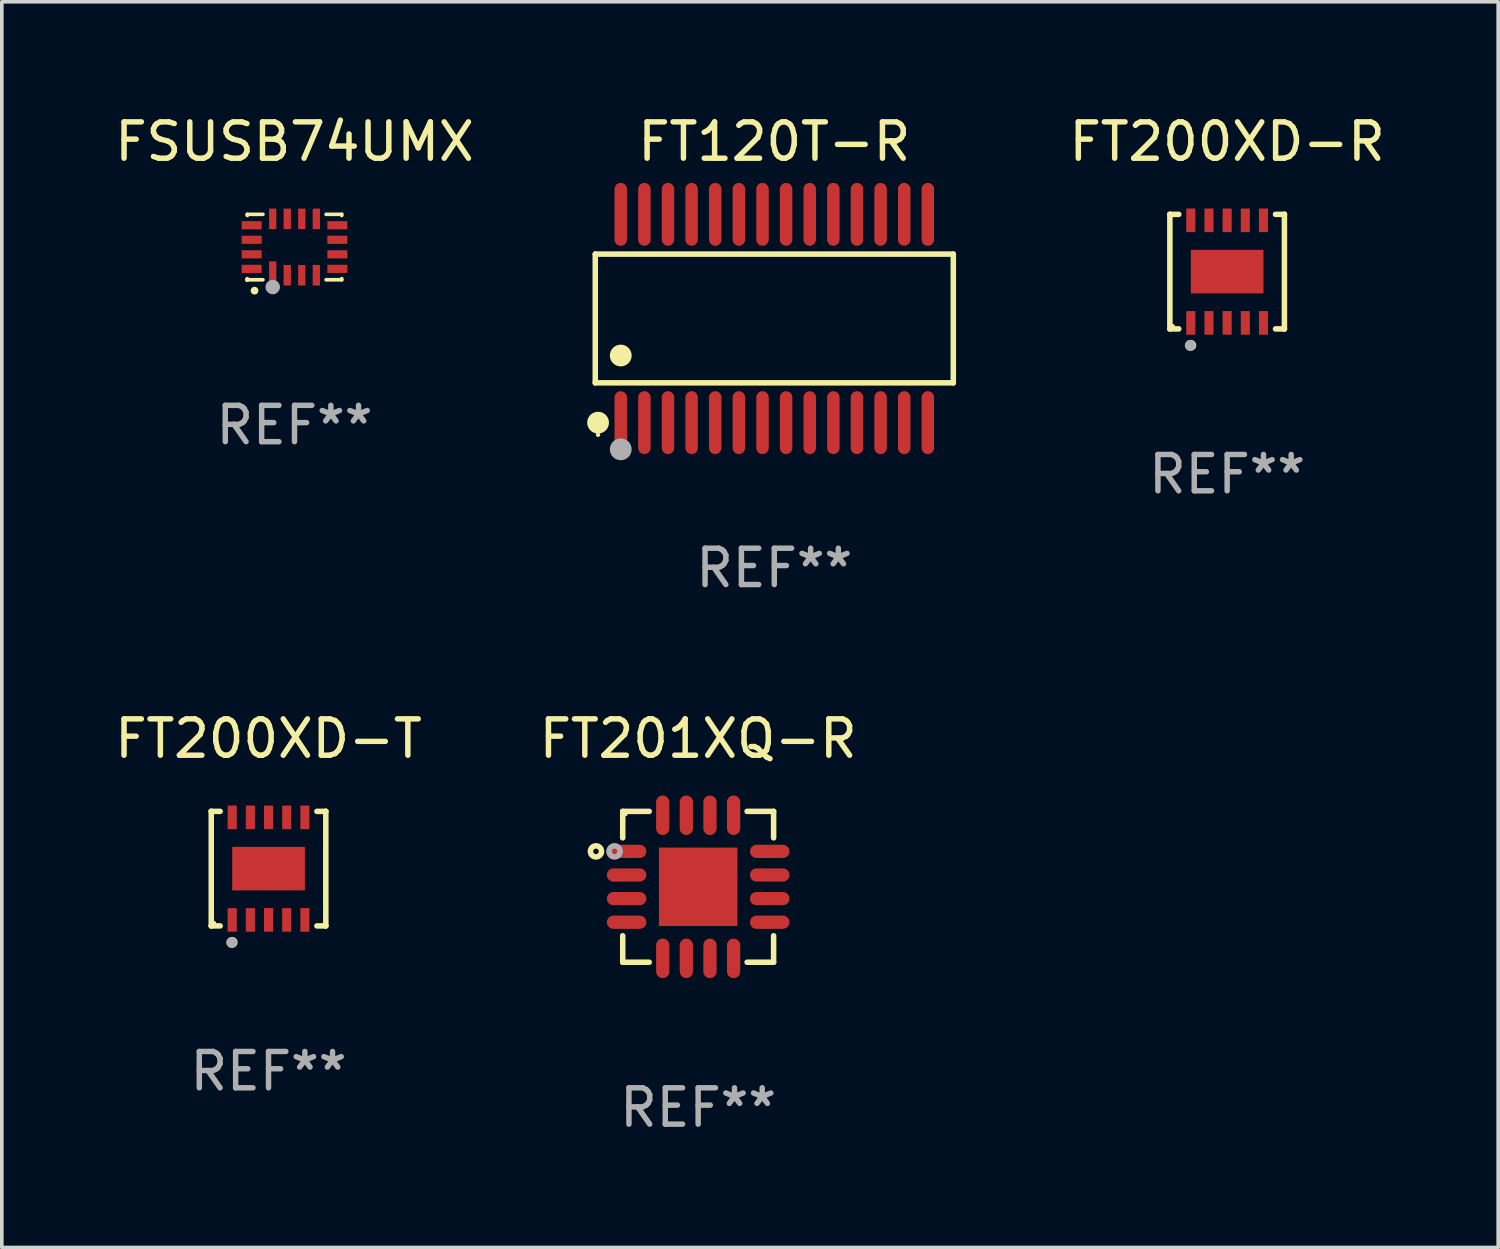
<source format=kicad_pcb>
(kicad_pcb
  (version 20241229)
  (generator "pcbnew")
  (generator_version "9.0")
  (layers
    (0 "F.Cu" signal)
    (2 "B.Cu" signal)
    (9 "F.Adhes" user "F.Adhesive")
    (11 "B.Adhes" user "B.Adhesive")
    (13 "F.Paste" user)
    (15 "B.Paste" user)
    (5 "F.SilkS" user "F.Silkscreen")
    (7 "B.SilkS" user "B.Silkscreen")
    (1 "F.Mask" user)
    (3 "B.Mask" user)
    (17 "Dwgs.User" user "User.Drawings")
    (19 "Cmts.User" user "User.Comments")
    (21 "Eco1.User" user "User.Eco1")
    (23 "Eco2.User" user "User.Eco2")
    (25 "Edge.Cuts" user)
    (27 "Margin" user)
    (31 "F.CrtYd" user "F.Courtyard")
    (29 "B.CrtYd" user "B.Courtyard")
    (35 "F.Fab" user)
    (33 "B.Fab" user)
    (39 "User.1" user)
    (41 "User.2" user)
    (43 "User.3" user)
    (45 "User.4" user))
  (footprint "FT200XD-T"
    (layer "F.Cu")
    (at 4.339 20.852)
    (property "Reference" "FT200XD-T" (at 0 -3.576 0) (layer "F.SilkS") (effects (font (size 1 1) (thickness 0.15))))
    (attr through_hole)
    (fp_line (start -1.576 -1.576) (end -1.576 -1.576) (stroke (width 0.152) (type solid)) (layer "F.SilkS"))
    (fp_line (start -1.576 -1.576) (end -1.331 -1.576) (stroke (width 0.152) (type solid)) (layer "F.SilkS"))
    (fp_line (start -1.576 1.576) (end -1.576 -1.576) (stroke (width 0.152) (type solid)) (layer "F.SilkS"))
    (fp_line (start -1.576 1.576) (end -1.576 1.576) (stroke (width 0.152) (type solid)) (layer "F.SilkS"))
    (fp_line (start -1.331 1.576) (end -1.576 1.576) (stroke (width 0.152) (type solid)) (layer "F.SilkS"))
    (fp_line (start 1.331 1.576) (end 1.576 1.576) (stroke (width 0.152) (type solid)) (layer "F.SilkS"))
    (fp_line (start 1.576 -1.576) (end 1.331 -1.576) (stroke (width 0.152) (type solid)) (layer "F.SilkS"))
    (fp_line (start 1.576 -1.576) (end 1.576 -1.576) (stroke (width 0.152) (type solid)) (layer "F.SilkS"))
    (fp_line (start 1.576 1.576) (end 1.576 -1.576) (stroke (width 0.152) (type solid)) (layer "F.SilkS"))
    (fp_line (start 1.576 1.576) (end 1.576 1.576) (stroke (width 0.152) (type solid)) (layer "F.SilkS"))
    (fp_circle (center -1.5 1.5) (end -1.47 1.5) (stroke (width 0.06) (type solid)) (fill no) (layer "F.SilkS"))
    (fp_circle (center -1 2.028) (end -0.925 2.028) (stroke (width 0.15) (type solid)) (fill no) (layer "F.SilkS"))
    (fp_circle (center -1.016 2.032) (end -0.941 2.032) (stroke (width 0.15) (type solid)) (fill no) (layer "F.Fab"))
    (fp_text user "REF**" (at 0 5.576 0) (layer "F.Fab") (effects (font (size 1 1) (thickness 0.15))))
    (pad "1" smd rect (at -1 1.411) (size 0.25 0.65) (layers "F.Cu" "F.Mask" "F.Paste"))
    (pad "2" smd rect (at -0.5 1.411) (size 0.25 0.65) (layers "F.Cu" "F.Mask" "F.Paste"))
    (pad "3" smd rect (at 0 1.411) (size 0.25 0.65) (layers "F.Cu" "F.Mask" "F.Paste"))
    (pad "4" smd rect (at 0.5 1.411) (size 0.25 0.65) (layers "F.Cu" "F.Mask" "F.Paste"))
    (pad "5" smd rect (at 1 1.411) (size 0.25 0.65) (layers "F.Cu" "F.Mask" "F.Paste"))
    (pad "6" smd rect (at 1 -1.411) (size 0.25 0.65) (layers "F.Cu" "F.Mask" "F.Paste"))
    (pad "7" smd rect (at 0.5 -1.411) (size 0.25 0.65) (layers "F.Cu" "F.Mask" "F.Paste"))
    (pad "8" smd rect (at 0 -1.411) (size 0.25 0.65) (layers "F.Cu" "F.Mask" "F.Paste"))
    (pad "9" smd rect (at -0.5 -1.411) (size 0.25 0.65) (layers "F.Cu" "F.Mask" "F.Paste"))
    (pad "10" smd rect (at -1 -1.411) (size 0.25 0.65) (layers "F.Cu" "F.Mask" "F.Paste"))
    (pad "11" smd rect (at 0 0) (size 2 1.2) (layers "F.Cu" "F.Mask" "F.Paste")))
  (footprint "FT200XD-R"
    (layer "F.Cu")
    (at 30.717 4.424)
    (property "Reference" "FT200XD-R" (at 0 -3.576 0) (layer "F.SilkS") (effects (font (size 1 1) (thickness 0.15))))
    (attr through_hole)
    (fp_line (start -1.576 -1.576) (end -1.576 -1.576) (stroke (width 0.152) (type solid)) (layer "F.SilkS"))
    (fp_line (start -1.576 -1.576) (end -1.331 -1.576) (stroke (width 0.152) (type solid)) (layer "F.SilkS"))
    (fp_line (start -1.576 1.576) (end -1.576 -1.576) (stroke (width 0.152) (type solid)) (layer "F.SilkS"))
    (fp_line (start -1.576 1.576) (end -1.576 1.576) (stroke (width 0.152) (type solid)) (layer "F.SilkS"))
    (fp_line (start -1.331 1.576) (end -1.576 1.576) (stroke (width 0.152) (type solid)) (layer "F.SilkS"))
    (fp_line (start 1.331 1.576) (end 1.576 1.576) (stroke (width 0.152) (type solid)) (layer "F.SilkS"))
    (fp_line (start 1.576 -1.576) (end 1.331 -1.576) (stroke (width 0.152) (type solid)) (layer "F.SilkS"))
    (fp_line (start 1.576 -1.576) (end 1.576 -1.576) (stroke (width 0.152) (type solid)) (layer "F.SilkS"))
    (fp_line (start 1.576 1.576) (end 1.576 -1.576) (stroke (width 0.152) (type solid)) (layer "F.SilkS"))
    (fp_line (start 1.576 1.576) (end 1.576 1.576) (stroke (width 0.152) (type solid)) (layer "F.SilkS"))
    (fp_circle (center -1.5 1.5) (end -1.47 1.5) (stroke (width 0.06) (type solid)) (fill no) (layer "F.SilkS"))
    (fp_circle (center -1 2.028) (end -0.925 2.028) (stroke (width 0.15) (type solid)) (fill no) (layer "F.SilkS"))
    (fp_circle (center -1.016 2.032) (end -0.941 2.032) (stroke (width 0.15) (type solid)) (fill no) (layer "F.Fab"))
    (fp_text user "REF**" (at 0 5.576 0) (layer "F.Fab") (effects (font (size 1 1) (thickness 0.15))))
    (pad "1" smd rect (at -1 1.411) (size 0.25 0.65) (layers "F.Cu" "F.Mask" "F.Paste"))
    (pad "2" smd rect (at -0.5 1.411) (size 0.25 0.65) (layers "F.Cu" "F.Mask" "F.Paste"))
    (pad "3" smd rect (at 0 1.411) (size 0.25 0.65) (layers "F.Cu" "F.Mask" "F.Paste"))
    (pad "4" smd rect (at 0.5 1.411) (size 0.25 0.65) (layers "F.Cu" "F.Mask" "F.Paste"))
    (pad "5" smd rect (at 1 1.411) (size 0.25 0.65) (layers "F.Cu" "F.Mask" "F.Paste"))
    (pad "6" smd rect (at 1 -1.411) (size 0.25 0.65) (layers "F.Cu" "F.Mask" "F.Paste"))
    (pad "7" smd rect (at 0.5 -1.411) (size 0.25 0.65) (layers "F.Cu" "F.Mask" "F.Paste"))
    (pad "8" smd rect (at 0 -1.411) (size 0.25 0.65) (layers "F.Cu" "F.Mask" "F.Paste"))
    (pad "9" smd rect (at -0.5 -1.411) (size 0.25 0.65) (layers "F.Cu" "F.Mask" "F.Paste"))
    (pad "10" smd rect (at -1 -1.411) (size 0.25 0.65) (layers "F.Cu" "F.Mask" "F.Paste"))
    (pad "11" smd rect (at 0 0) (size 2 1.2) (layers "F.Cu" "F.Mask" "F.Paste")))
  (footprint "FT201XQ-R"
    (layer "F.Cu")
    (at 16.161 21.352)
    (property "Reference" "FT201XQ-R" (at 0 -4.076 0) (layer "F.SilkS") (effects (font (size 1 1) (thickness 0.15))))
    (attr through_hole)
    (fp_line (start -2.076 -2.076) (end -2.076 -1.347) (stroke (width 0.152) (type solid)) (layer "F.SilkS"))
    (fp_line (start -2.076 2.076) (end -2.076 1.347) (stroke (width 0.152) (type solid)) (layer "F.SilkS"))
    (fp_line (start -1.347 -2.076) (end -2.076 -2.076) (stroke (width 0.152) (type solid)) (layer "F.SilkS"))
    (fp_line (start -1.347 2.076) (end -2.076 2.076) (stroke (width 0.152) (type solid)) (layer "F.SilkS"))
    (fp_line (start 1.347 -2.076) (end 2.076 -2.076) (stroke (width 0.152) (type solid)) (layer "F.SilkS"))
    (fp_line (start 1.347 2.076) (end 2.076 2.076) (stroke (width 0.152) (type solid)) (layer "F.SilkS"))
    (fp_line (start 2.076 -2.076) (end 2.076 -1.347) (stroke (width 0.152) (type solid)) (layer "F.SilkS"))
    (fp_line (start 2.076 2.076) (end 2.076 1.347) (stroke (width 0.152) (type solid)) (layer "F.SilkS"))
    (fp_circle (center -2.812 -0.975) (end -2.736 -0.975) (stroke (width 0.153) (type solid)) (fill no) (layer "F.SilkS"))
    (fp_circle (center -2 -2) (end -1.97 -2) (stroke (width 0.06) (type solid)) (fill no) (layer "F.SilkS"))
    (fp_circle (center -2.3 -0.975) (end -2.224 -0.975) (stroke (width 0.153) (type solid)) (fill no) (layer "F.Fab"))
    (fp_text user "REF**" (at 0 6.076 0) (layer "F.Fab") (effects (font (size 1 1) (thickness 0.15))))
    (pad "1" smd oval (at -1.969 -0.975 270) (size 0.364 1.087) (layers "F.Cu" "F.Mask" "F.Paste"))
    (pad "2" smd oval (at -1.969 -0.325 270) (size 0.364 1.087) (layers "F.Cu" "F.Mask" "F.Paste"))
    (pad "3" smd oval (at -1.969 0.325 270) (size 0.364 1.087) (layers "F.Cu" "F.Mask" "F.Paste"))
    (pad "4" smd oval (at -1.969 0.975 270) (size 0.364 1.087) (layers "F.Cu" "F.Mask" "F.Paste"))
    (pad "5" smd oval (at -0.975 1.969 270) (size 1.087 0.364) (layers "F.Cu" "F.Mask" "F.Paste"))
    (pad "6" smd oval (at -0.325 1.969 270) (size 1.087 0.364) (layers "F.Cu" "F.Mask" "F.Paste"))
    (pad "7" smd oval (at 0.325 1.969 270) (size 1.087 0.364) (layers "F.Cu" "F.Mask" "F.Paste"))
    (pad "8" smd oval (at 0.975 1.969 270) (size 1.087 0.364) (layers "F.Cu" "F.Mask" "F.Paste"))
    (pad "9" smd oval (at 1.969 0.975 270) (size 0.364 1.087) (layers "F.Cu" "F.Mask" "F.Paste"))
    (pad "10" smd oval (at 1.969 0.325 270) (size 0.364 1.087) (layers "F.Cu" "F.Mask" "F.Paste"))
    (pad "11" smd oval (at 1.969 -0.325 270) (size 0.364 1.087) (layers "F.Cu" "F.Mask" "F.Paste"))
    (pad "12" smd oval (at 1.969 -0.975 270) (size 0.364 1.087) (layers "F.Cu" "F.Mask" "F.Paste"))
    (pad "13" smd oval (at 0.975 -1.969 270) (size 1.087 0.364) (layers "F.Cu" "F.Mask" "F.Paste"))
    (pad "14" smd oval (at 0.325 -1.969 270) (size 1.087 0.364) (layers "F.Cu" "F.Mask" "F.Paste"))
    (pad "15" smd oval (at -0.325 -1.969 270) (size 1.087 0.364) (layers "F.Cu" "F.Mask" "F.Paste"))
    (pad "16" smd oval (at -0.975 -1.969 270) (size 1.087 0.364) (layers "F.Cu" "F.Mask" "F.Paste"))
    (pad "17" smd rect (at 0 0) (size 2.16 2.16) (layers "F.Cu" "F.Mask" "F.Paste")))
  (footprint "FT120T-R"
    (layer "F.Cu")
    (at 18.256 5.714)
    (property "Reference" "FT120T-R" (at 0 -4.866 0) (layer "F.SilkS") (effects (font (size 1 1) (thickness 0.15))))
    (attr through_hole)
    (fp_line (start -4.926 -1.772) (end 4.926 -1.772) (stroke (width 0.152) (type solid)) (layer "F.SilkS"))
    (fp_line (start -4.926 1.771) (end -4.926 -1.772) (stroke (width 0.152) (type solid)) (layer "F.SilkS"))
    (fp_line (start 4.926 -1.772) (end 4.926 1.771) (stroke (width 0.152) (type solid)) (layer "F.SilkS"))
    (fp_line (start 4.926 1.771) (end -4.926 1.771) (stroke (width 0.152) (type solid)) (layer "F.SilkS"))
    (fp_circle (center -4.85 3.2) (end -4.82 3.2) (stroke (width 0.06) (type solid)) (fill no) (layer "F.SilkS"))
    (fp_circle (center -4.849 2.866) (end -4.699 2.866) (stroke (width 0.3) (type solid)) (fill no) (layer "F.SilkS"))
    (fp_circle (center -4.225 1.019) (end -4.075 1.019) (stroke (width 0.3) (type solid)) (fill no) (layer "F.SilkS"))
    (fp_circle (center -4.225 3.6) (end -4.075 3.6) (stroke (width 0.3) (type solid)) (fill no) (layer "F.Fab"))
    (fp_text user "REF**" (at 0 6.866 0) (layer "F.Fab") (effects (font (size 1 1) (thickness 0.15))))
    (pad "1" smd oval (at -4.225 2.866) (size 0.343 1.731) (layers "F.Cu" "F.Mask" "F.Paste"))
    (pad "2" smd oval (at -3.575 2.866) (size 0.343 1.731) (layers "F.Cu" "F.Mask" "F.Paste"))
    (pad "3" smd oval (at -2.925 2.866) (size 0.343 1.731) (layers "F.Cu" "F.Mask" "F.Paste"))
    (pad "4" smd oval (at -2.275 2.866) (size 0.343 1.731) (layers "F.Cu" "F.Mask" "F.Paste"))
    (pad "5" smd oval (at -1.625 2.866) (size 0.343 1.731) (layers "F.Cu" "F.Mask" "F.Paste"))
    (pad "6" smd oval (at -0.975 2.866) (size 0.343 1.731) (layers "F.Cu" "F.Mask" "F.Paste"))
    (pad "7" smd oval (at -0.325 2.866) (size 0.343 1.731) (layers "F.Cu" "F.Mask" "F.Paste"))
    (pad "8" smd oval (at 0.325 2.866) (size 0.343 1.731) (layers "F.Cu" "F.Mask" "F.Paste"))
    (pad "9" smd oval (at 0.975 2.866) (size 0.343 1.731) (layers "F.Cu" "F.Mask" "F.Paste"))
    (pad "10" smd oval (at 1.625 2.866) (size 0.343 1.731) (layers "F.Cu" "F.Mask" "F.Paste"))
    (pad "11" smd oval (at 2.275 2.866) (size 0.343 1.731) (layers "F.Cu" "F.Mask" "F.Paste"))
    (pad "12" smd oval (at 2.925 2.866) (size 0.343 1.731) (layers "F.Cu" "F.Mask" "F.Paste"))
    (pad "13" smd oval (at 3.575 2.866) (size 0.343 1.731) (layers "F.Cu" "F.Mask" "F.Paste"))
    (pad "14" smd oval (at 4.225 2.866) (size 0.343 1.731) (layers "F.Cu" "F.Mask" "F.Paste"))
    (pad "15" smd oval (at 4.225 -2.866) (size 0.343 1.731) (layers "F.Cu" "F.Mask" "F.Paste"))
    (pad "16" smd oval (at 3.575 -2.866) (size 0.343 1.731) (layers "F.Cu" "F.Mask" "F.Paste"))
    (pad "17" smd oval (at 2.925 -2.866) (size 0.343 1.731) (layers "F.Cu" "F.Mask" "F.Paste"))
    (pad "18" smd oval (at 2.275 -2.866) (size 0.343 1.731) (layers "F.Cu" "F.Mask" "F.Paste"))
    (pad "19" smd oval (at 1.625 -2.866) (size 0.343 1.731) (layers "F.Cu" "F.Mask" "F.Paste"))
    (pad "20" smd oval (at 0.975 -2.866) (size 0.343 1.731) (layers "F.Cu" "F.Mask" "F.Paste"))
    (pad "21" smd oval (at 0.325 -2.866) (size 0.343 1.731) (layers "F.Cu" "F.Mask" "F.Paste"))
    (pad "22" smd oval (at -0.325 -2.866) (size 0.343 1.731) (layers "F.Cu" "F.Mask" "F.Paste"))
    (pad "23" smd oval (at -0.975 -2.866) (size 0.343 1.731) (layers "F.Cu" "F.Mask" "F.Paste"))
    (pad "24" smd oval (at -1.625 -2.866) (size 0.343 1.731) (layers "F.Cu" "F.Mask" "F.Paste"))
    (pad "25" smd oval (at -2.275 -2.866) (size 0.343 1.731) (layers "F.Cu" "F.Mask" "F.Paste"))
    (pad "26" smd oval (at -2.925 -2.866) (size 0.343 1.731) (layers "F.Cu" "F.Mask" "F.Paste"))
    (pad "27" smd oval (at -3.575 -2.866) (size 0.343 1.731) (layers "F.Cu" "F.Mask" "F.Paste"))
    (pad "28" smd oval (at -4.225 -2.866) (size 0.343 1.731) (layers "F.Cu" "F.Mask" "F.Paste")))
  (footprint "FSUSB74UMX"
    (layer "F.Cu")
    (at 5.054 3.748)
    (property "Reference" "FSUSB74UMX" (at 0 -2.9 0) (layer "F.SilkS") (effects (font (size 1 1) (thickness 0.15))))
    (attr through_hole)
    (fp_line (start -1.3 -0.9) (end -0.869 -0.9) (stroke (width 0.1) (type solid)) (layer "F.SilkS"))
    (fp_line (start -1.3 -0.869) (end -1.3 -0.9) (stroke (width 0.1) (type solid)) (layer "F.SilkS"))
    (fp_line (start -1.3 0.9) (end -1.3 0.869) (stroke (width 0.1) (type solid)) (layer "F.SilkS"))
    (fp_line (start -1.3 0.9) (end -0.869 0.9) (stroke (width 0.1) (type solid)) (layer "F.SilkS"))
    (fp_line (start 0.869 -0.9) (end 1.3 -0.9) (stroke (width 0.1) (type solid)) (layer "F.SilkS"))
    (fp_line (start 0.869 0.9) (end 1.3 0.9) (stroke (width 0.1) (type solid)) (layer "F.SilkS"))
    (fp_line (start 1.3 -0.9) (end 1.3 -0.869) (stroke (width 0.1) (type solid)) (layer "F.SilkS"))
    (fp_line (start 1.3 0.869) (end 1.3 0.9) (stroke (width 0.1) (type solid)) (layer "F.SilkS"))
    (fp_circle (center -1.305 0.9) (end -1.275 0.9) (stroke (width 0.06) (type solid)) (fill no) (layer "F.SilkS"))
    (fp_circle (center -1.1 1.2) (end -1.043 1.2) (stroke (width 0.1) (type solid)) (fill no) (layer "F.SilkS"))
    (fp_circle (center -0.6 1.1) (end -0.5 1.1) (stroke (width 0.2) (type solid)) (fill no) (layer "F.Fab"))
    (fp_text user "REF**" (at 0 4.9 0) (layer "F.Fab") (effects (font (size 1 1) (thickness 0.15))))
    (pad "1" smd rect (at -0.6 0.726 90) (size 0.663 0.2) (layers "F.Cu" "F.Mask" "F.Paste"))
    (pad "2" smd rect (at -0.2 0.776) (size 0.2 0.565) (layers "F.Cu" "F.Mask" "F.Paste"))
    (pad "3" smd rect (at 0.2 0.776) (size 0.2 0.565) (layers "F.Cu" "F.Mask" "F.Paste"))
    (pad "4" smd rect (at 0.6 0.776) (size 0.2 0.565) (layers "F.Cu" "F.Mask" "F.Paste"))
    (pad "5" smd rect (at 1.179 0.6) (size 0.55 0.225) (layers "F.Cu" "F.Mask" "F.Paste"))
    (pad "6" smd rect (at 1.179 0.2) (size 0.55 0.225) (layers "F.Cu" "F.Mask" "F.Paste"))
    (pad "7" smd rect (at 1.179 -0.2) (size 0.55 0.225) (layers "F.Cu" "F.Mask" "F.Paste"))
    (pad "8" smd rect (at 1.179 -0.6) (size 0.55 0.225) (layers "F.Cu" "F.Mask" "F.Paste"))
    (pad "9" smd rect (at 0.6 -0.776) (size 0.2 0.565) (layers "F.Cu" "F.Mask" "F.Paste"))
    (pad "10" smd rect (at 0.2 -0.776) (size 0.2 0.565) (layers "F.Cu" "F.Mask" "F.Paste"))
    (pad "11" smd rect (at -0.2 -0.776) (size 0.2 0.565) (layers "F.Cu" "F.Mask" "F.Paste"))
    (pad "12" smd rect (at -0.6 -0.776) (size 0.2 0.565) (layers "F.Cu" "F.Mask" "F.Paste"))
    (pad "13" smd rect (at -1.179 -0.6) (size 0.55 0.225) (layers "F.Cu" "F.Mask" "F.Paste"))
    (pad "14" smd rect (at -1.179 -0.2) (size 0.55 0.225) (layers "F.Cu" "F.Mask" "F.Paste"))
    (pad "15" smd rect (at -1.179 0.2) (size 0.55 0.225) (layers "F.Cu" "F.Mask" "F.Paste"))
    (pad "16" smd rect (at -1.179 0.6) (size 0.55 0.225) (layers "F.Cu" "F.Mask" "F.Paste")))
  (gr_rect
    (start -3 -3)
    (end 38.175 31.277)
    (stroke (width 0.1) (type default))
    (fill no)
    (layer "Edge.Cuts")))
</source>
